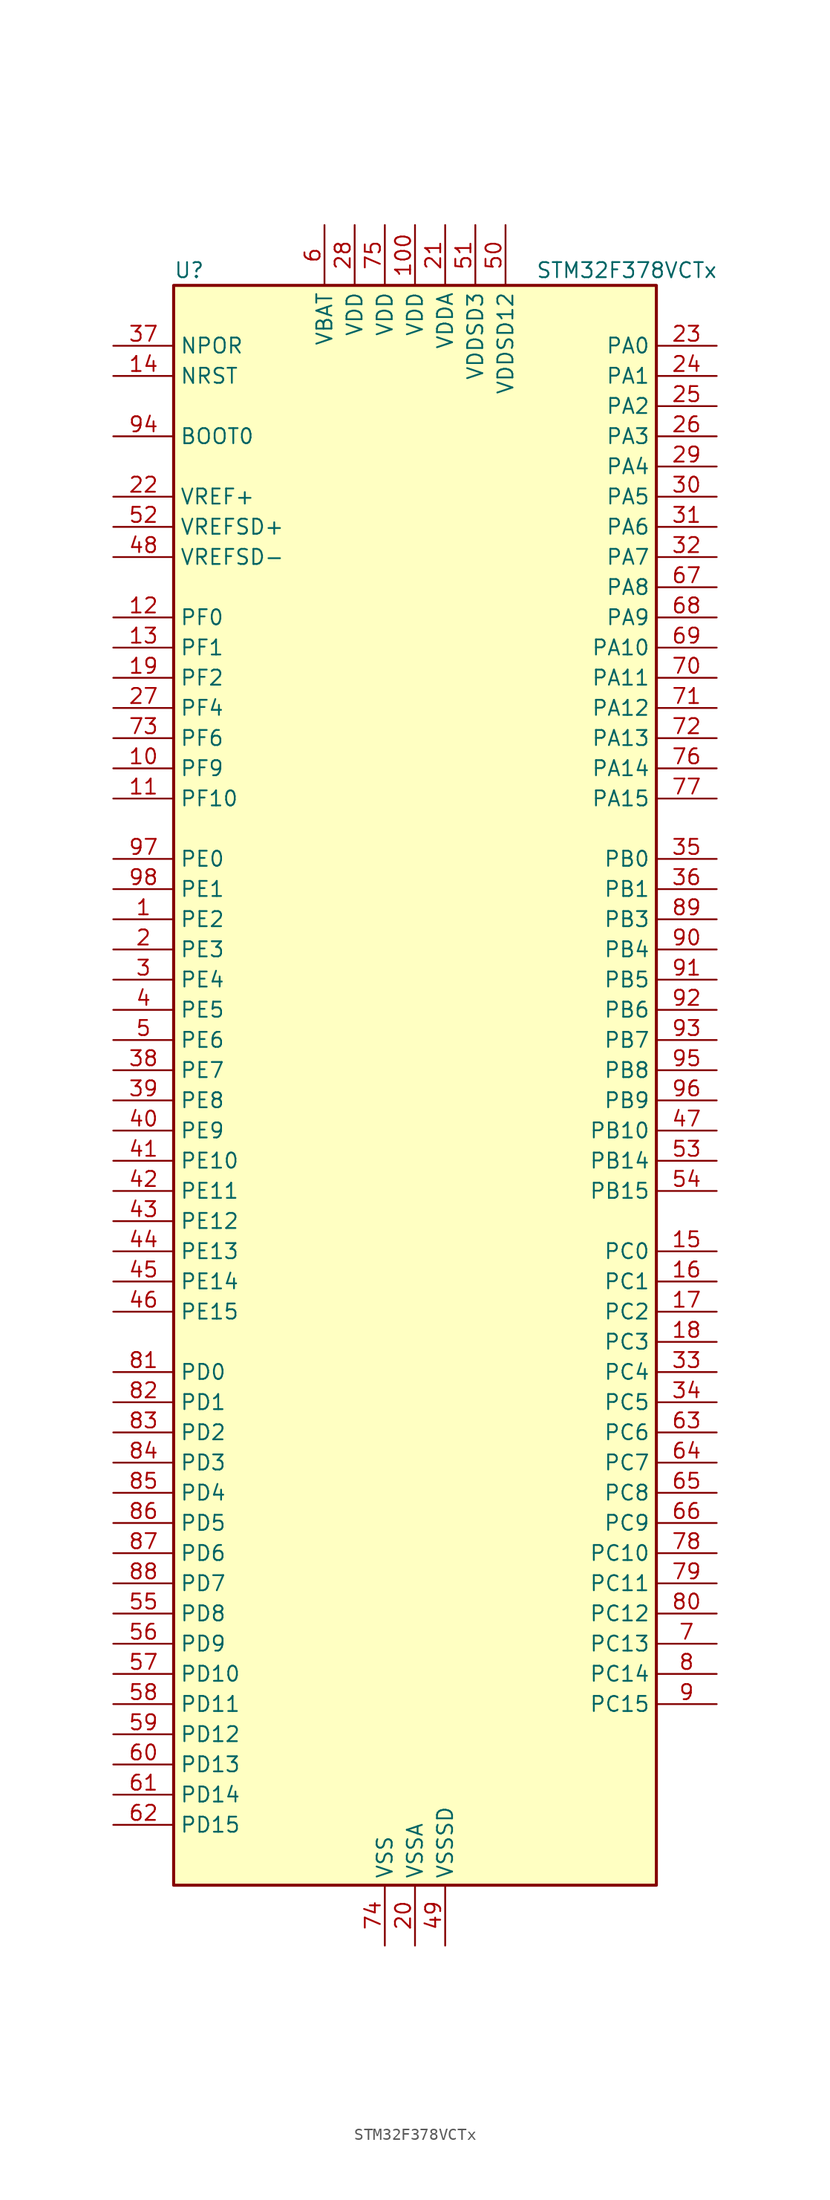
<source format=kicad_sym>
(kicad_symbol_lib
  (version 20241209)
  (generator "kicad_symbol_editor")
  (generator_version "9.0")
  (symbol "STM32F378VCTx"
    (property "Reference" "U"
      (at -20.32 69.85 0)
      (effects (font (size 1.27 1.27)) (justify left)))
    (property "Value" "STM32F378VCTx"
      (at 10.16 69.85 0)
      (effects (font (size 1.27 1.27)) (justify left)))
    (symbol "STM32F378VCTx_0_1"
      (rectangle (start -20.32 -66.04) (end 20.32 68.58) (stroke (width 0.254) (type default)) (fill (type background))))
    (symbol "STM32F378VCTx_1_1"
      (pin input line (at -25.4 63.5 0) (length 5.08) (name "NPOR" (effects (font (size 1.27 1.27)))) (number "37" (effects (font (size 1.27 1.27)))))
      (pin input line (at -25.4 60.96 0) (length 5.08) (name "NRST" (effects (font (size 1.27 1.27)))) (number "14" (effects (font (size 1.27 1.27)))))
      (pin input line (at -25.4 55.88 0) (length 5.08) (name "BOOT0" (effects (font (size 1.27 1.27)))) (number "94" (effects (font (size 1.27 1.27)))))
      (pin input line (at -25.4 50.8 0) (length 5.08) (name "VREF+" (effects (font (size 1.27 1.27)))) (number "22" (effects (font (size 1.27 1.27)))))
      (pin input line (at -25.4 48.26 0) (length 5.08) (name "VREFSD+" (effects (font (size 1.27 1.27)))) (number "52" (effects (font (size 1.27 1.27)))))
      (pin input line (at -25.4 45.72 0) (length 5.08) (name "VREFSD-" (effects (font (size 1.27 1.27)))) (number "48" (effects (font (size 1.27 1.27)))))
      (pin bidirectional line (at -25.4 40.64 0) (length 5.08) (name "PF0" (effects (font (size 1.27 1.27)))) (number "12" (effects (font (size 1.27 1.27)))) (alternate "I2C2_SDA" bidirectional line) (alternate "RCC_OSC_IN" bidirectional line))
      (pin bidirectional line (at -25.4 38.1 0) (length 5.08) (name "PF1" (effects (font (size 1.27 1.27)))) (number "13" (effects (font (size 1.27 1.27)))) (alternate "I2C2_SCL" bidirectional line) (alternate "RCC_OSC_OUT" bidirectional line))
      (pin bidirectional line (at -25.4 35.56 0) (length 5.08) (name "PF2" (effects (font (size 1.27 1.27)))) (number "19" (effects (font (size 1.27 1.27)))) (alternate "I2C2_SMBA" bidirectional line))
      (pin bidirectional line (at -25.4 33.02 0) (length 5.08) (name "PF4" (effects (font (size 1.27 1.27)))) (number "27" (effects (font (size 1.27 1.27)))))
      (pin bidirectional line (at -25.4 30.48 0) (length 5.08) (name "PF6" (effects (font (size 1.27 1.27)))) (number "73" (effects (font (size 1.27 1.27)))) (alternate "I2C2_SCL" bidirectional line) (alternate "I2S1_SD" bidirectional line) (alternate "SPI1_MOSI" bidirectional line) (alternate "TIM4_CH4" bidirectional line) (alternate "USART3_DE" bidirectional line) (alternate "USART3_RTS" bidirectional line))
      (pin bidirectional line (at -25.4 27.94 0) (length 5.08) (name "PF9" (effects (font (size 1.27 1.27)))) (number "10" (effects (font (size 1.27 1.27)))) (alternate "DAC1_EXTI9" bidirectional line) (alternate "DAC2_EXTI9" bidirectional line) (alternate "TIM14_CH1" bidirectional line))
      (pin bidirectional line (at -25.4 25.4 0) (length 5.08) (name "PF10" (effects (font (size 1.27 1.27)))) (number "11" (effects (font (size 1.27 1.27)))))
      (pin bidirectional line (at -25.4 20.32 0) (length 5.08) (name "PE0" (effects (font (size 1.27 1.27)))) (number "97" (effects (font (size 1.27 1.27)))) (alternate "TIM4_ETR" bidirectional line) (alternate "USART1_TX" bidirectional line))
      (pin bidirectional line (at -25.4 17.78 0) (length 5.08) (name "PE1" (effects (font (size 1.27 1.27)))) (number "98" (effects (font (size 1.27 1.27)))) (alternate "USART1_RX" bidirectional line))
      (pin bidirectional line (at -25.4 15.24 0) (length 5.08) (name "PE2" (effects (font (size 1.27 1.27)))) (number "1" (effects (font (size 1.27 1.27)))) (alternate "SYS_TRACECK" bidirectional line) (alternate "TSC_G7_IO1" bidirectional line))
      (pin bidirectional line (at -25.4 12.7 0) (length 5.08) (name "PE3" (effects (font (size 1.27 1.27)))) (number "2" (effects (font (size 1.27 1.27)))) (alternate "SYS_TRACED0" bidirectional line) (alternate "TSC_G7_IO2" bidirectional line))
      (pin bidirectional line (at -25.4 10.16 0) (length 5.08) (name "PE4" (effects (font (size 1.27 1.27)))) (number "3" (effects (font (size 1.27 1.27)))) (alternate "SYS_TRACED1" bidirectional line) (alternate "TSC_G7_IO3" bidirectional line))
      (pin bidirectional line (at -25.4 7.62 0) (length 5.08) (name "PE5" (effects (font (size 1.27 1.27)))) (number "4" (effects (font (size 1.27 1.27)))) (alternate "SYS_TRACED2" bidirectional line) (alternate "TSC_G7_IO4" bidirectional line))
      (pin bidirectional line (at -25.4 5.08 0) (length 5.08) (name "PE6" (effects (font (size 1.27 1.27)))) (number "5" (effects (font (size 1.27 1.27)))) (alternate "RTC_TAMP3" bidirectional line) (alternate "SYS_TRACED3" bidirectional line) (alternate "SYS_WKUP3" bidirectional line))
      (pin bidirectional line (at -25.4 2.54 0) (length 5.08) (name "PE7" (effects (font (size 1.27 1.27)))) (number "38" (effects (font (size 1.27 1.27)))) (alternate "SDADC1_AIN3P" bidirectional line) (alternate "SDADC1_AIN4M" bidirectional line) (alternate "SDADC2_AIN5P" bidirectional line) (alternate "SDADC2_AIN6M" bidirectional line))
      (pin bidirectional line (at -25.4 0 0) (length 5.08) (name "PE8" (effects (font (size 1.27 1.27)))) (number "39" (effects (font (size 1.27 1.27)))) (alternate "SDADC1_AIN8P" bidirectional line) (alternate "SDADC2_AIN8P" bidirectional line))
      (pin bidirectional line (at -25.4 -2.54 0) (length 5.08) (name "PE9" (effects (font (size 1.27 1.27)))) (number "40" (effects (font (size 1.27 1.27)))) (alternate "DAC1_EXTI9" bidirectional line) (alternate "DAC2_EXTI9" bidirectional line) (alternate "SDADC1_AIN7P" bidirectional line) (alternate "SDADC1_AIN8M" bidirectional line) (alternate "SDADC2_AIN7P" bidirectional line) (alternate "SDADC2_AIN8M" bidirectional line))
      (pin bidirectional line (at -25.4 -5.08 0) (length 5.08) (name "PE10" (effects (font (size 1.27 1.27)))) (number "41" (effects (font (size 1.27 1.27)))) (alternate "SDADC1_AIN2P" bidirectional line))
      (pin bidirectional line (at -25.4 -7.62 0) (length 5.08) (name "PE11" (effects (font (size 1.27 1.27)))) (number "42" (effects (font (size 1.27 1.27)))) (alternate "ADC1_EXTI11" bidirectional line) (alternate "SDADC1_AIN1P" bidirectional line) (alternate "SDADC1_AIN2M" bidirectional line) (alternate "SDADC1_EXTI11" bidirectional line) (alternate "SDADC2_AIN4P" bidirectional line) (alternate "SDADC2_EXTI11" bidirectional line) (alternate "SDADC3_EXTI11" bidirectional line))
      (pin bidirectional line (at -25.4 -10.16 0) (length 5.08) (name "PE12" (effects (font (size 1.27 1.27)))) (number "43" (effects (font (size 1.27 1.27)))) (alternate "SDADC1_AIN0P" bidirectional line) (alternate "SDADC2_AIN3P" bidirectional line) (alternate "SDADC2_AIN4M" bidirectional line))
      (pin bidirectional line (at -25.4 -12.7 0) (length 5.08) (name "PE13" (effects (font (size 1.27 1.27)))) (number "44" (effects (font (size 1.27 1.27)))) (alternate "SDADC1_AIN0M" bidirectional line) (alternate "SDADC2_AIN2P" bidirectional line))
      (pin bidirectional line (at -25.4 -15.24 0) (length 5.08) (name "PE14" (effects (font (size 1.27 1.27)))) (number "45" (effects (font (size 1.27 1.27)))) (alternate "SDADC2_AIN1P" bidirectional line) (alternate "SDADC2_AIN2M" bidirectional line))
      (pin bidirectional line (at -25.4 -17.78 0) (length 5.08) (name "PE15" (effects (font (size 1.27 1.27)))) (number "46" (effects (font (size 1.27 1.27)))) (alternate "ADC1_EXTI15" bidirectional line) (alternate "SDADC1_EXTI15" bidirectional line) (alternate "SDADC2_AIN0P" bidirectional line) (alternate "SDADC2_EXTI15" bidirectional line) (alternate "SDADC3_EXTI15" bidirectional line) (alternate "USART3_RX" bidirectional line))
      (pin bidirectional line (at -25.4 -22.86 0) (length 5.08) (name "PD0" (effects (font (size 1.27 1.27)))) (number "81" (effects (font (size 1.27 1.27)))) (alternate "CAN_RX" bidirectional line) (alternate "TIM19_CH4" bidirectional line))
      (pin bidirectional line (at -25.4 -25.4 0) (length 5.08) (name "PD1" (effects (font (size 1.27 1.27)))) (number "82" (effects (font (size 1.27 1.27)))) (alternate "CAN_TX" bidirectional line) (alternate "TIM19_ETR" bidirectional line))
      (pin bidirectional line (at -25.4 -27.94 0) (length 5.08) (name "PD2" (effects (font (size 1.27 1.27)))) (number "83" (effects (font (size 1.27 1.27)))) (alternate "TIM3_ETR" bidirectional line))
      (pin bidirectional line (at -25.4 -30.48 0) (length 5.08) (name "PD3" (effects (font (size 1.27 1.27)))) (number "84" (effects (font (size 1.27 1.27)))) (alternate "I2S2_MCK" bidirectional line) (alternate "SPI2_MISO" bidirectional line) (alternate "USART2_CTS" bidirectional line))
      (pin bidirectional line (at -25.4 -33.02 0) (length 5.08) (name "PD4" (effects (font (size 1.27 1.27)))) (number "85" (effects (font (size 1.27 1.27)))) (alternate "I2S2_SD" bidirectional line) (alternate "SPI2_MOSI" bidirectional line) (alternate "USART2_DE" bidirectional line) (alternate "USART2_RTS" bidirectional line))
      (pin bidirectional line (at -25.4 -35.56 0) (length 5.08) (name "PD5" (effects (font (size 1.27 1.27)))) (number "86" (effects (font (size 1.27 1.27)))) (alternate "USART2_TX" bidirectional line))
      (pin bidirectional line (at -25.4 -38.1 0) (length 5.08) (name "PD6" (effects (font (size 1.27 1.27)))) (number "87" (effects (font (size 1.27 1.27)))) (alternate "I2S2_WS" bidirectional line) (alternate "SPI2_NSS" bidirectional line) (alternate "USART2_RX" bidirectional line))
      (pin bidirectional line (at -25.4 -40.64 0) (length 5.08) (name "PD7" (effects (font (size 1.27 1.27)))) (number "88" (effects (font (size 1.27 1.27)))) (alternate "I2S2_CK" bidirectional line) (alternate "SPI2_SCK" bidirectional line) (alternate "USART2_CK" bidirectional line))
      (pin bidirectional line (at -25.4 -43.18 0) (length 5.08) (name "PD8" (effects (font (size 1.27 1.27)))) (number "55" (effects (font (size 1.27 1.27)))) (alternate "I2S2_CK" bidirectional line) (alternate "SDADC3_AIN6P" bidirectional line) (alternate "SPI2_SCK" bidirectional line) (alternate "TSC_G6_IO3" bidirectional line) (alternate "USART3_TX" bidirectional line))
      (pin bidirectional line (at -25.4 -45.72 0) (length 5.08) (name "PD9" (effects (font (size 1.27 1.27)))) (number "56" (effects (font (size 1.27 1.27)))) (alternate "DAC1_EXTI9" bidirectional line) (alternate "DAC2_EXTI9" bidirectional line) (alternate "SDADC3_AIN5P" bidirectional line) (alternate "SDADC3_AIN6M" bidirectional line) (alternate "TSC_G6_IO4" bidirectional line) (alternate "USART3_RX" bidirectional line))
      (pin bidirectional line (at -25.4 -48.26 0) (length 5.08) (name "PD10" (effects (font (size 1.27 1.27)))) (number "57" (effects (font (size 1.27 1.27)))) (alternate "SDADC3_AIN4P" bidirectional line) (alternate "USART3_CK" bidirectional line))
      (pin bidirectional line (at -25.4 -50.8 0) (length 5.08) (name "PD11" (effects (font (size 1.27 1.27)))) (number "58" (effects (font (size 1.27 1.27)))) (alternate "ADC1_EXTI11" bidirectional line) (alternate "SDADC1_EXTI11" bidirectional line) (alternate "SDADC2_EXTI11" bidirectional line) (alternate "SDADC3_AIN3P" bidirectional line) (alternate "SDADC3_AIN4M" bidirectional line) (alternate "SDADC3_EXTI11" bidirectional line) (alternate "USART3_CTS" bidirectional line))
      (pin bidirectional line (at -25.4 -53.34 0) (length 5.08) (name "PD12" (effects (font (size 1.27 1.27)))) (number "59" (effects (font (size 1.27 1.27)))) (alternate "SDADC3_AIN2P" bidirectional line) (alternate "TIM4_CH1" bidirectional line) (alternate "TSC_G8_IO1" bidirectional line) (alternate "USART3_DE" bidirectional line) (alternate "USART3_RTS" bidirectional line))
      (pin bidirectional line (at -25.4 -55.88 0) (length 5.08) (name "PD13" (effects (font (size 1.27 1.27)))) (number "60" (effects (font (size 1.27 1.27)))) (alternate "SDADC3_AIN1P" bidirectional line) (alternate "SDADC3_AIN2M" bidirectional line) (alternate "TIM4_CH2" bidirectional line) (alternate "TSC_G8_IO2" bidirectional line))
      (pin bidirectional line (at -25.4 -58.42 0) (length 5.08) (name "PD14" (effects (font (size 1.27 1.27)))) (number "61" (effects (font (size 1.27 1.27)))) (alternate "SDADC3_AIN0P" bidirectional line) (alternate "TIM4_CH3" bidirectional line) (alternate "TSC_G8_IO3" bidirectional line))
      (pin bidirectional line (at -25.4 -60.96 0) (length 5.08) (name "PD15" (effects (font (size 1.27 1.27)))) (number "62" (effects (font (size 1.27 1.27)))) (alternate "ADC1_EXTI15" bidirectional line) (alternate "SDADC1_EXTI15" bidirectional line) (alternate "SDADC2_EXTI15" bidirectional line) (alternate "SDADC3_AIN0M" bidirectional line) (alternate "SDADC3_EXTI15" bidirectional line) (alternate "TIM4_CH4" bidirectional line) (alternate "TSC_G8_IO4" bidirectional line))
      (pin power_in line (at -7.62 73.66 270) (length 5.08) (name "VBAT" (effects (font (size 1.27 1.27)))) (number "6" (effects (font (size 1.27 1.27)))))
      (pin power_in line (at -5.08 73.66 270) (length 5.08) (name "VDD" (effects (font (size 1.27 1.27)))) (number "28" (effects (font (size 1.27 1.27)))))
      (pin power_in line (at -2.54 73.66 270) (length 5.08) (name "VDD" (effects (font (size 1.27 1.27)))) (number "75" (effects (font (size 1.27 1.27)))))
      (pin power_in line (at -2.54 -71.12 90) (length 5.08) (name "VSS" (effects (font (size 1.27 1.27)))) (number "74" (effects (font (size 1.27 1.27)))))
      (pin passive line (at -2.54 -71.12 90) (length 5.08) (hide yes) (name "VSS" (effects (font (size 1.27 1.27)))) (number "99" (effects (font (size 1.27 1.27)))))
      (pin power_in line (at 0 73.66 270) (length 5.08) (name "VDD" (effects (font (size 1.27 1.27)))) (number "100" (effects (font (size 1.27 1.27)))))
      (pin power_in line (at 0 -71.12 90) (length 5.08) (name "VSSA" (effects (font (size 1.27 1.27)))) (number "20" (effects (font (size 1.27 1.27)))))
      (pin power_in line (at 2.54 73.66 270) (length 5.08) (name "VDDA" (effects (font (size 1.27 1.27)))) (number "21" (effects (font (size 1.27 1.27)))))
      (pin power_in line (at 2.54 -71.12 90) (length 5.08) (name "VSSSD" (effects (font (size 1.27 1.27)))) (number "49" (effects (font (size 1.27 1.27)))))
      (pin power_in line (at 5.08 73.66 270) (length 5.08) (name "VDDSD3" (effects (font (size 1.27 1.27)))) (number "51" (effects (font (size 1.27 1.27)))))
      (pin power_in line (at 7.62 73.66 270) (length 5.08) (name "VDDSD12" (effects (font (size 1.27 1.27)))) (number "50" (effects (font (size 1.27 1.27)))))
      (pin bidirectional line (at 25.4 63.5 180) (length 5.08) (name "PA0" (effects (font (size 1.27 1.27)))) (number "23" (effects (font (size 1.27 1.27)))) (alternate "ADC1_IN0" bidirectional line) (alternate "COMP1_INM" bidirectional line) (alternate "COMP1_OUT" bidirectional line) (alternate "RTC_TAMP2" bidirectional line) (alternate "SYS_WKUP1" bidirectional line) (alternate "TIM19_CH1" bidirectional line) (alternate "TIM2_CH1" bidirectional line) (alternate "TIM2_ETR" bidirectional line) (alternate "TIM5_CH1" bidirectional line) (alternate "TIM5_ETR" bidirectional line) (alternate "TSC_G1_IO1" bidirectional line) (alternate "USART2_CTS" bidirectional line))
      (pin bidirectional line (at 25.4 60.96 180) (length 5.08) (name "PA1" (effects (font (size 1.27 1.27)))) (number "24" (effects (font (size 1.27 1.27)))) (alternate "ADC1_IN1" bidirectional line) (alternate "COMP1_INP" bidirectional line) (alternate "I2S3_CK" bidirectional line) (alternate "RTC_REFIN" bidirectional line) (alternate "SPI3_SCK" bidirectional line) (alternate "TIM15_CH1N" bidirectional line) (alternate "TIM19_CH2" bidirectional line) (alternate "TIM2_CH2" bidirectional line) (alternate "TIM5_CH2" bidirectional line) (alternate "TSC_G1_IO2" bidirectional line) (alternate "USART2_DE" bidirectional line) (alternate "USART2_RTS" bidirectional line))
      (pin bidirectional line (at 25.4 58.42 180) (length 5.08) (name "PA2" (effects (font (size 1.27 1.27)))) (number "25" (effects (font (size 1.27 1.27)))) (alternate "ADC1_IN2" bidirectional line) (alternate "COMP2_INM" bidirectional line) (alternate "COMP2_OUT" bidirectional line) (alternate "I2S3_MCK" bidirectional line) (alternate "SPI3_MISO" bidirectional line) (alternate "TIM15_CH1" bidirectional line) (alternate "TIM19_CH3" bidirectional line) (alternate "TIM2_CH3" bidirectional line) (alternate "TIM5_CH3" bidirectional line) (alternate "TSC_G1_IO3" bidirectional line) (alternate "USART2_TX" bidirectional line))
      (pin bidirectional line (at 25.4 55.88 180) (length 5.08) (name "PA3" (effects (font (size 1.27 1.27)))) (number "26" (effects (font (size 1.27 1.27)))) (alternate "ADC1_IN3" bidirectional line) (alternate "COMP2_INP" bidirectional line) (alternate "I2S3_SD" bidirectional line) (alternate "SPI3_MOSI" bidirectional line) (alternate "TIM15_CH2" bidirectional line) (alternate "TIM19_CH4" bidirectional line) (alternate "TIM2_CH4" bidirectional line) (alternate "TIM5_CH4" bidirectional line) (alternate "TSC_G1_IO4" bidirectional line) (alternate "USART2_RX" bidirectional line))
      (pin bidirectional line (at 25.4 53.34 180) (length 5.08) (name "PA4" (effects (font (size 1.27 1.27)))) (number "29" (effects (font (size 1.27 1.27)))) (alternate "ADC1_IN4" bidirectional line) (alternate "DAC1_OUT1" bidirectional line) (alternate "I2S1_WS" bidirectional line) (alternate "I2S3_WS" bidirectional line) (alternate "SPI1_NSS" bidirectional line) (alternate "SPI3_NSS" bidirectional line) (alternate "TIM12_CH1" bidirectional line) (alternate "TIM3_CH2" bidirectional line) (alternate "TSC_G2_IO1" bidirectional line) (alternate "USART2_CK" bidirectional line))
      (pin bidirectional line (at 25.4 50.8 180) (length 5.08) (name "PA5" (effects (font (size 1.27 1.27)))) (number "30" (effects (font (size 1.27 1.27)))) (alternate "ADC1_IN5" bidirectional line) (alternate "CEC" bidirectional line) (alternate "DAC1_OUT2" bidirectional line) (alternate "I2S1_CK" bidirectional line) (alternate "SPI1_SCK" bidirectional line) (alternate "TIM12_CH2" bidirectional line) (alternate "TIM14_CH1" bidirectional line) (alternate "TIM2_CH1" bidirectional line) (alternate "TIM2_ETR" bidirectional line) (alternate "TSC_G2_IO2" bidirectional line))
      (pin bidirectional line (at 25.4 48.26 180) (length 5.08) (name "PA6" (effects (font (size 1.27 1.27)))) (number "31" (effects (font (size 1.27 1.27)))) (alternate "ADC1_IN6" bidirectional line) (alternate "COMP1_OUT" bidirectional line) (alternate "DAC2_OUT1" bidirectional line) (alternate "I2S1_MCK" bidirectional line) (alternate "SPI1_MISO" bidirectional line) (alternate "TIM13_CH1" bidirectional line) (alternate "TIM16_CH1" bidirectional line) (alternate "TIM3_CH1" bidirectional line) (alternate "TSC_G2_IO3" bidirectional line))
      (pin bidirectional line (at 25.4 45.72 180) (length 5.08) (name "PA7" (effects (font (size 1.27 1.27)))) (number "32" (effects (font (size 1.27 1.27)))) (alternate "ADC1_IN7" bidirectional line) (alternate "COMP2_OUT" bidirectional line) (alternate "I2S1_SD" bidirectional line) (alternate "SPI1_MOSI" bidirectional line) (alternate "TIM14_CH1" bidirectional line) (alternate "TIM17_CH1" bidirectional line) (alternate "TIM3_CH2" bidirectional line) (alternate "TSC_G2_IO4" bidirectional line))
      (pin bidirectional line (at 25.4 43.18 180) (length 5.08) (name "PA8" (effects (font (size 1.27 1.27)))) (number "67" (effects (font (size 1.27 1.27)))) (alternate "I2C2_SMBA" bidirectional line) (alternate "I2S2_CK" bidirectional line) (alternate "RCC_MCO" bidirectional line) (alternate "SPI2_SCK" bidirectional line) (alternate "TIM4_ETR" bidirectional line) (alternate "TIM5_CH1" bidirectional line) (alternate "TIM5_ETR" bidirectional line) (alternate "USART1_CK" bidirectional line))
      (pin bidirectional line (at 25.4 40.64 180) (length 5.08) (name "PA9" (effects (font (size 1.27 1.27)))) (number "68" (effects (font (size 1.27 1.27)))) (alternate "DAC1_EXTI9" bidirectional line) (alternate "DAC2_EXTI9" bidirectional line) (alternate "I2C2_SCL" bidirectional line) (alternate "I2S2_MCK" bidirectional line) (alternate "SPI2_MISO" bidirectional line) (alternate "TIM13_CH1" bidirectional line) (alternate "TIM15_BKIN" bidirectional line) (alternate "TIM2_CH3" bidirectional line) (alternate "TSC_G4_IO1" bidirectional line) (alternate "USART1_TX" bidirectional line))
      (pin bidirectional line (at 25.4 38.1 180) (length 5.08) (name "PA10" (effects (font (size 1.27 1.27)))) (number "69" (effects (font (size 1.27 1.27)))) (alternate "I2C2_SDA" bidirectional line) (alternate "I2S2_SD" bidirectional line) (alternate "SPI2_MOSI" bidirectional line) (alternate "TIM14_CH1" bidirectional line) (alternate "TIM17_BKIN" bidirectional line) (alternate "TIM2_CH4" bidirectional line) (alternate "TSC_G4_IO2" bidirectional line) (alternate "USART1_RX" bidirectional line))
      (pin bidirectional line (at 25.4 35.56 180) (length 5.08) (name "PA11" (effects (font (size 1.27 1.27)))) (number "70" (effects (font (size 1.27 1.27)))) (alternate "ADC1_EXTI11" bidirectional line) (alternate "CAN_RX" bidirectional line) (alternate "COMP1_OUT" bidirectional line) (alternate "I2S1_WS" bidirectional line) (alternate "I2S2_WS" bidirectional line) (alternate "SDADC1_EXTI11" bidirectional line) (alternate "SDADC2_EXTI11" bidirectional line) (alternate "SDADC3_EXTI11" bidirectional line) (alternate "SPI1_NSS" bidirectional line) (alternate "SPI2_NSS" bidirectional line) (alternate "TIM4_CH1" bidirectional line) (alternate "TIM5_CH2" bidirectional line) (alternate "USART1_CTS" bidirectional line))
      (pin bidirectional line (at 25.4 33.02 180) (length 5.08) (name "PA12" (effects (font (size 1.27 1.27)))) (number "71" (effects (font (size 1.27 1.27)))) (alternate "CAN_TX" bidirectional line) (alternate "COMP2_OUT" bidirectional line) (alternate "I2S1_CK" bidirectional line) (alternate "SPI1_SCK" bidirectional line) (alternate "TIM16_CH1" bidirectional line) (alternate "TIM4_CH2" bidirectional line) (alternate "TIM5_CH3" bidirectional line) (alternate "USART1_DE" bidirectional line) (alternate "USART1_RTS" bidirectional line))
      (pin bidirectional line (at 25.4 30.48 180) (length 5.08) (name "PA13" (effects (font (size 1.27 1.27)))) (number "72" (effects (font (size 1.27 1.27)))) (alternate "I2S1_MCK" bidirectional line) (alternate "IR_OUT" bidirectional line) (alternate "SPI1_MISO" bidirectional line) (alternate "SYS_JTMS-SWDIO" bidirectional line) (alternate "TIM16_CH1N" bidirectional line) (alternate "TIM4_CH3" bidirectional line) (alternate "TIM5_CH4" bidirectional line) (alternate "TSC_G4_IO3" bidirectional line) (alternate "USART3_CTS" bidirectional line))
      (pin bidirectional line (at 25.4 27.94 180) (length 5.08) (name "PA14" (effects (font (size 1.27 1.27)))) (number "76" (effects (font (size 1.27 1.27)))) (alternate "I2C1_SDA" bidirectional line) (alternate "SYS_JTCK-SWCLK" bidirectional line) (alternate "TIM12_CH1" bidirectional line) (alternate "TSC_G4_IO4" bidirectional line))
      (pin bidirectional line (at 25.4 25.4 180) (length 5.08) (name "PA15" (effects (font (size 1.27 1.27)))) (number "77" (effects (font (size 1.27 1.27)))) (alternate "ADC1_EXTI15" bidirectional line) (alternate "I2C1_SCL" bidirectional line) (alternate "I2S1_WS" bidirectional line) (alternate "I2S3_WS" bidirectional line) (alternate "SDADC1_EXTI15" bidirectional line) (alternate "SDADC2_EXTI15" bidirectional line) (alternate "SDADC3_EXTI15" bidirectional line) (alternate "SPI1_NSS" bidirectional line) (alternate "SPI3_NSS" bidirectional line) (alternate "SYS_JTDI" bidirectional line) (alternate "TIM12_CH2" bidirectional line) (alternate "TIM2_CH1" bidirectional line) (alternate "TIM2_ETR" bidirectional line) (alternate "TSC_SYNC" bidirectional line))
      (pin bidirectional line (at 25.4 20.32 180) (length 5.08) (name "PB0" (effects (font (size 1.27 1.27)))) (number "35" (effects (font (size 1.27 1.27)))) (alternate "ADC1_IN8" bidirectional line) (alternate "I2S1_SD" bidirectional line) (alternate "SDADC1_AIN6P" bidirectional line) (alternate "SPI1_MOSI" bidirectional line) (alternate "TIM3_CH2" bidirectional line) (alternate "TIM3_CH3" bidirectional line) (alternate "TSC_G3_IO3" bidirectional line))
      (pin bidirectional line (at 25.4 17.78 180) (length 5.08) (name "PB1" (effects (font (size 1.27 1.27)))) (number "36" (effects (font (size 1.27 1.27)))) (alternate "ADC1_IN9" bidirectional line) (alternate "SDADC1_AIN5P" bidirectional line) (alternate "SDADC1_AIN6M" bidirectional line) (alternate "TIM3_CH4" bidirectional line) (alternate "TSC_G3_IO4" bidirectional line))
      (pin bidirectional line (at 25.4 15.24 180) (length 5.08) (name "PB3" (effects (font (size 1.27 1.27)))) (number "89" (effects (font (size 1.27 1.27)))) (alternate "I2S1_CK" bidirectional line) (alternate "I2S3_CK" bidirectional line) (alternate "SPI1_SCK" bidirectional line) (alternate "SPI3_SCK" bidirectional line) (alternate "SYS_JTDO-TRACESWO" bidirectional line) (alternate "TIM13_CH1" bidirectional line) (alternate "TIM2_CH2" bidirectional line) (alternate "TIM3_ETR" bidirectional line) (alternate "TIM4_ETR" bidirectional line) (alternate "TSC_G5_IO1" bidirectional line) (alternate "USART2_TX" bidirectional line))
      (pin bidirectional line (at 25.4 12.7 180) (length 5.08) (name "PB4" (effects (font (size 1.27 1.27)))) (number "90" (effects (font (size 1.27 1.27)))) (alternate "I2S1_MCK" bidirectional line) (alternate "I2S3_MCK" bidirectional line) (alternate "SPI1_MISO" bidirectional line) (alternate "SPI3_MISO" bidirectional line) (alternate "SYS_NJTRST" bidirectional line) (alternate "TIM15_CH1N" bidirectional line) (alternate "TIM16_CH1" bidirectional line) (alternate "TIM17_BKIN" bidirectional line) (alternate "TIM3_CH1" bidirectional line) (alternate "TSC_G5_IO2" bidirectional line) (alternate "USART2_RX" bidirectional line))
      (pin bidirectional line (at 25.4 10.16 180) (length 5.08) (name "PB5" (effects (font (size 1.27 1.27)))) (number "91" (effects (font (size 1.27 1.27)))) (alternate "I2C1_SMBA" bidirectional line) (alternate "I2S1_SD" bidirectional line) (alternate "I2S3_SD" bidirectional line) (alternate "SPI1_MOSI" bidirectional line) (alternate "SPI3_MOSI" bidirectional line) (alternate "TIM16_BKIN" bidirectional line) (alternate "TIM17_CH1" bidirectional line) (alternate "TIM19_ETR" bidirectional line) (alternate "TIM3_CH2" bidirectional line) (alternate "USART2_CK" bidirectional line))
      (pin bidirectional line (at 25.4 7.62 180) (length 5.08) (name "PB6" (effects (font (size 1.27 1.27)))) (number "92" (effects (font (size 1.27 1.27)))) (alternate "I2C1_SCL" bidirectional line) (alternate "TIM15_CH1" bidirectional line) (alternate "TIM16_CH1N" bidirectional line) (alternate "TIM19_CH1" bidirectional line) (alternate "TIM3_CH3" bidirectional line) (alternate "TIM4_CH1" bidirectional line) (alternate "TSC_G5_IO3" bidirectional line) (alternate "USART1_TX" bidirectional line))
      (pin bidirectional line (at 25.4 5.08 180) (length 5.08) (name "PB7" (effects (font (size 1.27 1.27)))) (number "93" (effects (font (size 1.27 1.27)))) (alternate "I2C1_SDA" bidirectional line) (alternate "TIM15_CH2" bidirectional line) (alternate "TIM17_CH1N" bidirectional line) (alternate "TIM19_CH2" bidirectional line) (alternate "TIM3_CH4" bidirectional line) (alternate "TIM4_CH2" bidirectional line) (alternate "TSC_G5_IO4" bidirectional line) (alternate "USART1_RX" bidirectional line))
      (pin bidirectional line (at 25.4 2.54 180) (length 5.08) (name "PB8" (effects (font (size 1.27 1.27)))) (number "95" (effects (font (size 1.27 1.27)))) (alternate "CAN_RX" bidirectional line) (alternate "CEC" bidirectional line) (alternate "COMP1_OUT" bidirectional line) (alternate "I2C1_SCL" bidirectional line) (alternate "I2S2_CK" bidirectional line) (alternate "SPI2_SCK" bidirectional line) (alternate "TIM16_CH1" bidirectional line) (alternate "TIM19_CH3" bidirectional line) (alternate "TIM4_CH3" bidirectional line) (alternate "TSC_SYNC" bidirectional line) (alternate "USART3_TX" bidirectional line))
      (pin bidirectional line (at 25.4 0 180) (length 5.08) (name "PB9" (effects (font (size 1.27 1.27)))) (number "96" (effects (font (size 1.27 1.27)))) (alternate "CAN_TX" bidirectional line) (alternate "COMP2_OUT" bidirectional line) (alternate "DAC1_EXTI9" bidirectional line) (alternate "DAC2_EXTI9" bidirectional line) (alternate "I2C1_SDA" bidirectional line) (alternate "I2S2_WS" bidirectional line) (alternate "IR_OUT" bidirectional line) (alternate "SPI2_NSS" bidirectional line) (alternate "TIM17_CH1" bidirectional line) (alternate "TIM19_CH4" bidirectional line) (alternate "TIM4_CH4" bidirectional line) (alternate "USART3_RX" bidirectional line))
      (pin bidirectional line (at 25.4 -2.54 180) (length 5.08) (name "PB10" (effects (font (size 1.27 1.27)))) (number "47" (effects (font (size 1.27 1.27)))) (alternate "CEC" bidirectional line) (alternate "I2S2_CK" bidirectional line) (alternate "SDADC2_AIN0M" bidirectional line) (alternate "SPI2_SCK" bidirectional line) (alternate "TIM2_CH3" bidirectional line) (alternate "TSC_SYNC" bidirectional line) (alternate "USART3_TX" bidirectional line))
      (pin bidirectional line (at 25.4 -5.08 180) (length 5.08) (name "PB14" (effects (font (size 1.27 1.27)))) (number "53" (effects (font (size 1.27 1.27)))) (alternate "I2S2_MCK" bidirectional line) (alternate "SDADC3_AIN8P" bidirectional line) (alternate "SPI2_MISO" bidirectional line) (alternate "TIM12_CH1" bidirectional line) (alternate "TIM15_CH1" bidirectional line) (alternate "TSC_G6_IO1" bidirectional line) (alternate "USART3_DE" bidirectional line) (alternate "USART3_RTS" bidirectional line))
      (pin bidirectional line (at 25.4 -7.62 180) (length 5.08) (name "PB15" (effects (font (size 1.27 1.27)))) (number "54" (effects (font (size 1.27 1.27)))) (alternate "ADC1_EXTI15" bidirectional line) (alternate "I2S2_SD" bidirectional line) (alternate "RTC_REFIN" bidirectional line) (alternate "SDADC1_EXTI15" bidirectional line) (alternate "SDADC2_EXTI15" bidirectional line) (alternate "SDADC3_AIN7P" bidirectional line) (alternate "SDADC3_AIN8M" bidirectional line) (alternate "SDADC3_EXTI15" bidirectional line) (alternate "SPI2_MOSI" bidirectional line) (alternate "TIM12_CH2" bidirectional line) (alternate "TIM15_CH1N" bidirectional line) (alternate "TIM15_CH2" bidirectional line) (alternate "TSC_G6_IO2" bidirectional line))
      (pin bidirectional line (at 25.4 -12.7 180) (length 5.08) (name "PC0" (effects (font (size 1.27 1.27)))) (number "15" (effects (font (size 1.27 1.27)))) (alternate "ADC1_IN10" bidirectional line) (alternate "TIM5_CH1" bidirectional line) (alternate "TIM5_ETR" bidirectional line))
      (pin bidirectional line (at 25.4 -15.24 180) (length 5.08) (name "PC1" (effects (font (size 1.27 1.27)))) (number "16" (effects (font (size 1.27 1.27)))) (alternate "ADC1_IN11" bidirectional line) (alternate "TIM5_CH2" bidirectional line))
      (pin bidirectional line (at 25.4 -17.78 180) (length 5.08) (name "PC2" (effects (font (size 1.27 1.27)))) (number "17" (effects (font (size 1.27 1.27)))) (alternate "ADC1_IN12" bidirectional line) (alternate "I2S2_MCK" bidirectional line) (alternate "SPI2_MISO" bidirectional line) (alternate "TIM5_CH3" bidirectional line))
      (pin bidirectional line (at 25.4 -20.32 180) (length 5.08) (name "PC3" (effects (font (size 1.27 1.27)))) (number "18" (effects (font (size 1.27 1.27)))) (alternate "ADC1_IN13" bidirectional line) (alternate "I2S2_SD" bidirectional line) (alternate "SPI2_MOSI" bidirectional line) (alternate "TIM5_CH4" bidirectional line))
      (pin bidirectional line (at 25.4 -22.86 180) (length 5.08) (name "PC4" (effects (font (size 1.27 1.27)))) (number "33" (effects (font (size 1.27 1.27)))) (alternate "ADC1_IN14" bidirectional line) (alternate "TIM13_CH1" bidirectional line) (alternate "TSC_G3_IO1" bidirectional line) (alternate "USART1_TX" bidirectional line))
      (pin bidirectional line (at 25.4 -25.4 180) (length 5.08) (name "PC5" (effects (font (size 1.27 1.27)))) (number "34" (effects (font (size 1.27 1.27)))) (alternate "ADC1_IN15" bidirectional line) (alternate "TSC_G3_IO2" bidirectional line) (alternate "USART1_RX" bidirectional line))
      (pin bidirectional line (at 25.4 -27.94 180) (length 5.08) (name "PC6" (effects (font (size 1.27 1.27)))) (number "63" (effects (font (size 1.27 1.27)))) (alternate "I2S1_WS" bidirectional line) (alternate "SPI1_NSS" bidirectional line) (alternate "TIM3_CH1" bidirectional line))
      (pin bidirectional line (at 25.4 -30.48 180) (length 5.08) (name "PC7" (effects (font (size 1.27 1.27)))) (number "64" (effects (font (size 1.27 1.27)))) (alternate "I2S1_CK" bidirectional line) (alternate "SPI1_SCK" bidirectional line) (alternate "TIM3_CH2" bidirectional line))
      (pin bidirectional line (at 25.4 -33.02 180) (length 5.08) (name "PC8" (effects (font (size 1.27 1.27)))) (number "65" (effects (font (size 1.27 1.27)))) (alternate "I2S1_MCK" bidirectional line) (alternate "SPI1_MISO" bidirectional line) (alternate "TIM3_CH3" bidirectional line))
      (pin bidirectional line (at 25.4 -35.56 180) (length 5.08) (name "PC9" (effects (font (size 1.27 1.27)))) (number "66" (effects (font (size 1.27 1.27)))) (alternate "DAC1_EXTI9" bidirectional line) (alternate "DAC2_EXTI9" bidirectional line) (alternate "I2S1_SD" bidirectional line) (alternate "SPI1_MOSI" bidirectional line) (alternate "TIM3_CH4" bidirectional line))
      (pin bidirectional line (at 25.4 -38.1 180) (length 5.08) (name "PC10" (effects (font (size 1.27 1.27)))) (number "78" (effects (font (size 1.27 1.27)))) (alternate "I2S3_CK" bidirectional line) (alternate "SPI3_SCK" bidirectional line) (alternate "TIM19_CH1" bidirectional line) (alternate "USART3_TX" bidirectional line))
      (pin bidirectional line (at 25.4 -40.64 180) (length 5.08) (name "PC11" (effects (font (size 1.27 1.27)))) (number "79" (effects (font (size 1.27 1.27)))) (alternate "ADC1_EXTI11" bidirectional line) (alternate "I2S3_MCK" bidirectional line) (alternate "SDADC1_EXTI11" bidirectional line) (alternate "SDADC2_EXTI11" bidirectional line) (alternate "SDADC3_EXTI11" bidirectional line) (alternate "SPI3_MISO" bidirectional line) (alternate "TIM19_CH2" bidirectional line) (alternate "USART3_RX" bidirectional line))
      (pin bidirectional line (at 25.4 -43.18 180) (length 5.08) (name "PC12" (effects (font (size 1.27 1.27)))) (number "80" (effects (font (size 1.27 1.27)))) (alternate "I2S3_SD" bidirectional line) (alternate "SPI3_MOSI" bidirectional line) (alternate "TIM19_CH3" bidirectional line) (alternate "USART3_CK" bidirectional line))
      (pin bidirectional line (at 25.4 -45.72 180) (length 5.08) (name "PC13" (effects (font (size 1.27 1.27)))) (number "7" (effects (font (size 1.27 1.27)))) (alternate "RTC_OUT_ALARM" bidirectional line) (alternate "RTC_OUT_CALIB" bidirectional line) (alternate "RTC_TAMP1" bidirectional line) (alternate "RTC_TS" bidirectional line) (alternate "SYS_WKUP2" bidirectional line))
      (pin bidirectional line (at 25.4 -48.26 180) (length 5.08) (name "PC14" (effects (font (size 1.27 1.27)))) (number "8" (effects (font (size 1.27 1.27)))) (alternate "RCC_OSC32_IN" bidirectional line))
      (pin bidirectional line (at 25.4 -50.8 180) (length 5.08) (name "PC15" (effects (font (size 1.27 1.27)))) (number "9" (effects (font (size 1.27 1.27)))) (alternate "ADC1_EXTI15" bidirectional line) (alternate "RCC_OSC32_OUT" bidirectional line) (alternate "SDADC1_EXTI15" bidirectional line) (alternate "SDADC2_EXTI15" bidirectional line) (alternate "SDADC3_EXTI15" bidirectional line)))))
</source>
